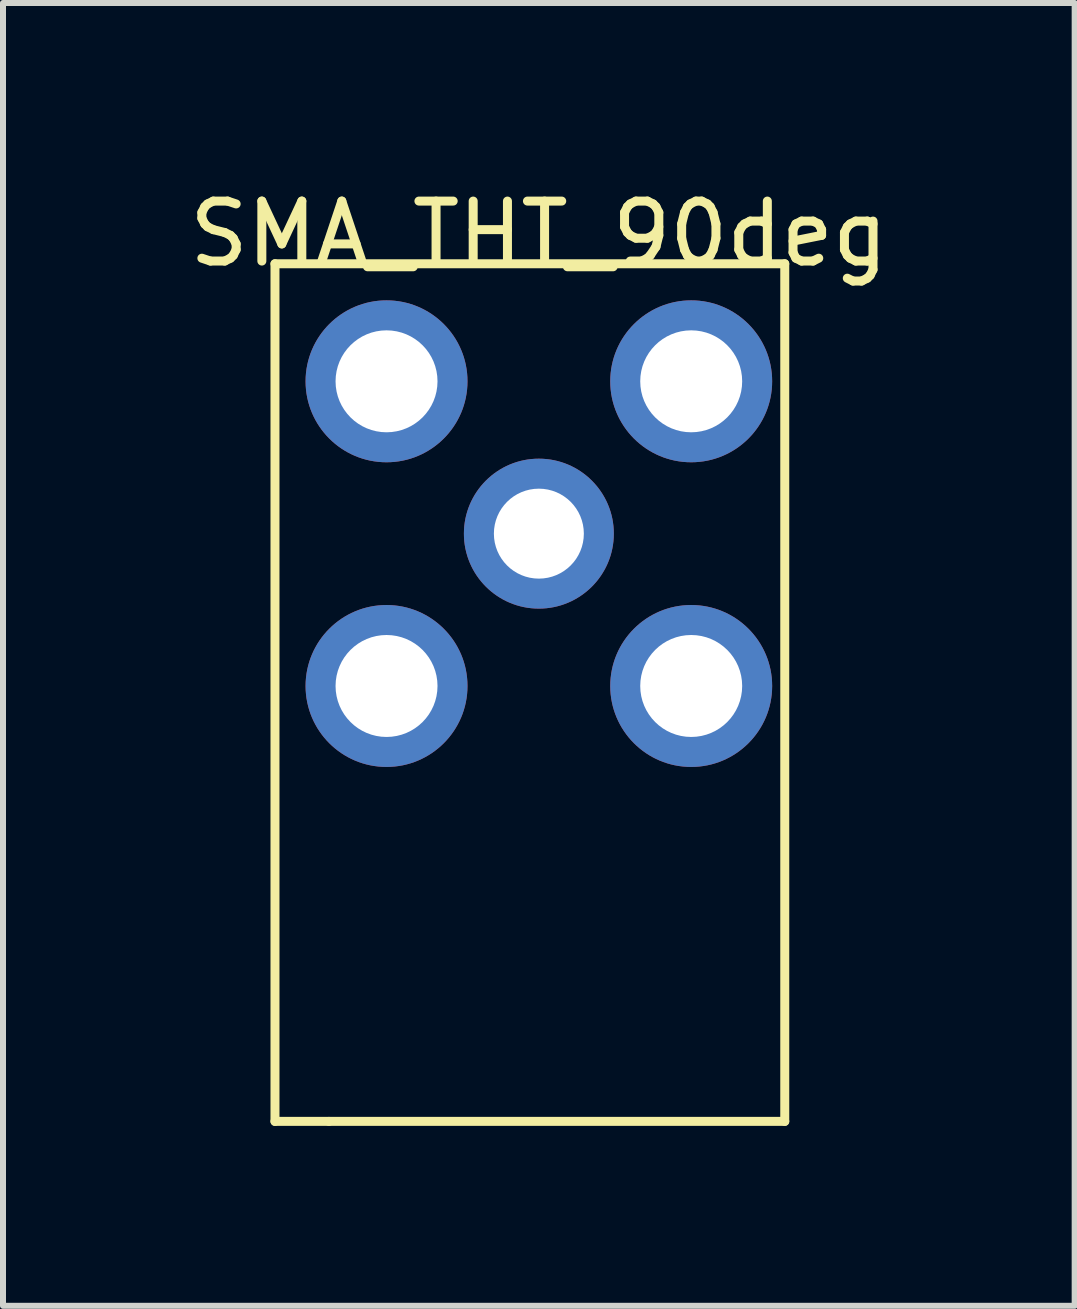
<source format=kicad_pcb>
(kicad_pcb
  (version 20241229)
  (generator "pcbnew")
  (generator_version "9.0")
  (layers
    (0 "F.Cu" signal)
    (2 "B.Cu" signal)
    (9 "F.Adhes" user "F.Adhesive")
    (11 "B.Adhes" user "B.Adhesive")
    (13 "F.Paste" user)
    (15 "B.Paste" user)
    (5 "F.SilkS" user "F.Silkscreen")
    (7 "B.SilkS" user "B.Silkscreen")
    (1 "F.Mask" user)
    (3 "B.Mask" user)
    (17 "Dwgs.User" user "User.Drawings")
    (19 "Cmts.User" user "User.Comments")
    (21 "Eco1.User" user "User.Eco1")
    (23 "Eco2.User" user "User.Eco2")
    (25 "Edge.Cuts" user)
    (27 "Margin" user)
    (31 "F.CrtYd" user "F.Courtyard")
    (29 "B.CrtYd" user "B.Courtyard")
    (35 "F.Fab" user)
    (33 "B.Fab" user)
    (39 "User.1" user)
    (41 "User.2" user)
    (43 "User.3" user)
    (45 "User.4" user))
  (footprint "SMA_THT_90deg"
    (layer "F.Cu")
    (at 5.935 5.848)
    (property "Reference" "SMA_THT_90deg" (at 0 -5 180) (layer "F.SilkS") (effects (font (size 1 1) (thickness 0.15))))
    (attr through_hole)
    (fp_line (start -4.4 -4.5) (end 4.1 -4.5) (stroke (width 0.15) (type solid)) (layer "F.SilkS"))
    (fp_line (start -4.4 9.8) (end -4.4 -4.5) (stroke (width 0.15) (type solid)) (layer "F.SilkS"))
    (fp_line (start -3.5 9.8) (end -4.4 9.8) (stroke (width 0.15) (type solid)) (layer "F.SilkS"))
    (fp_line (start 4.1 -4.5) (end 4.1 9.8) (stroke (width 0.15) (type solid)) (layer "F.SilkS"))
    (fp_line (start 4.1 9.8) (end -3.5 9.8) (stroke (width 0.15) (type solid)) (layer "F.SilkS"))
    (pad "1" thru_hole circle (at 0 0) (size 2.5 2.5) (drill 1.5) (layers "*.Cu" "*.Mask"))
    (pad "2" thru_hole circle (at -2.54 -2.54) (size 2.7 2.7) (drill 1.7) (layers "*.Cu" "*.Mask"))
    (pad "2" thru_hole circle (at -2.54 2.54) (size 2.7 2.7) (drill 1.7) (layers "*.Cu" "*.Mask"))
    (pad "2" thru_hole circle (at 2.54 -2.54) (size 2.7 2.7) (drill 1.7) (layers "*.Cu" "*.Mask"))
    (pad "2" thru_hole circle (at 2.54 2.54) (size 2.7 2.7) (drill 1.7) (layers "*.Cu" "*.Mask")))
  (gr_rect
    (start -3 -3)
    (end 14.869 18.723)
    (stroke (width 0.1) (type default))
    (fill no)
    (layer "Edge.Cuts")))
</source>
